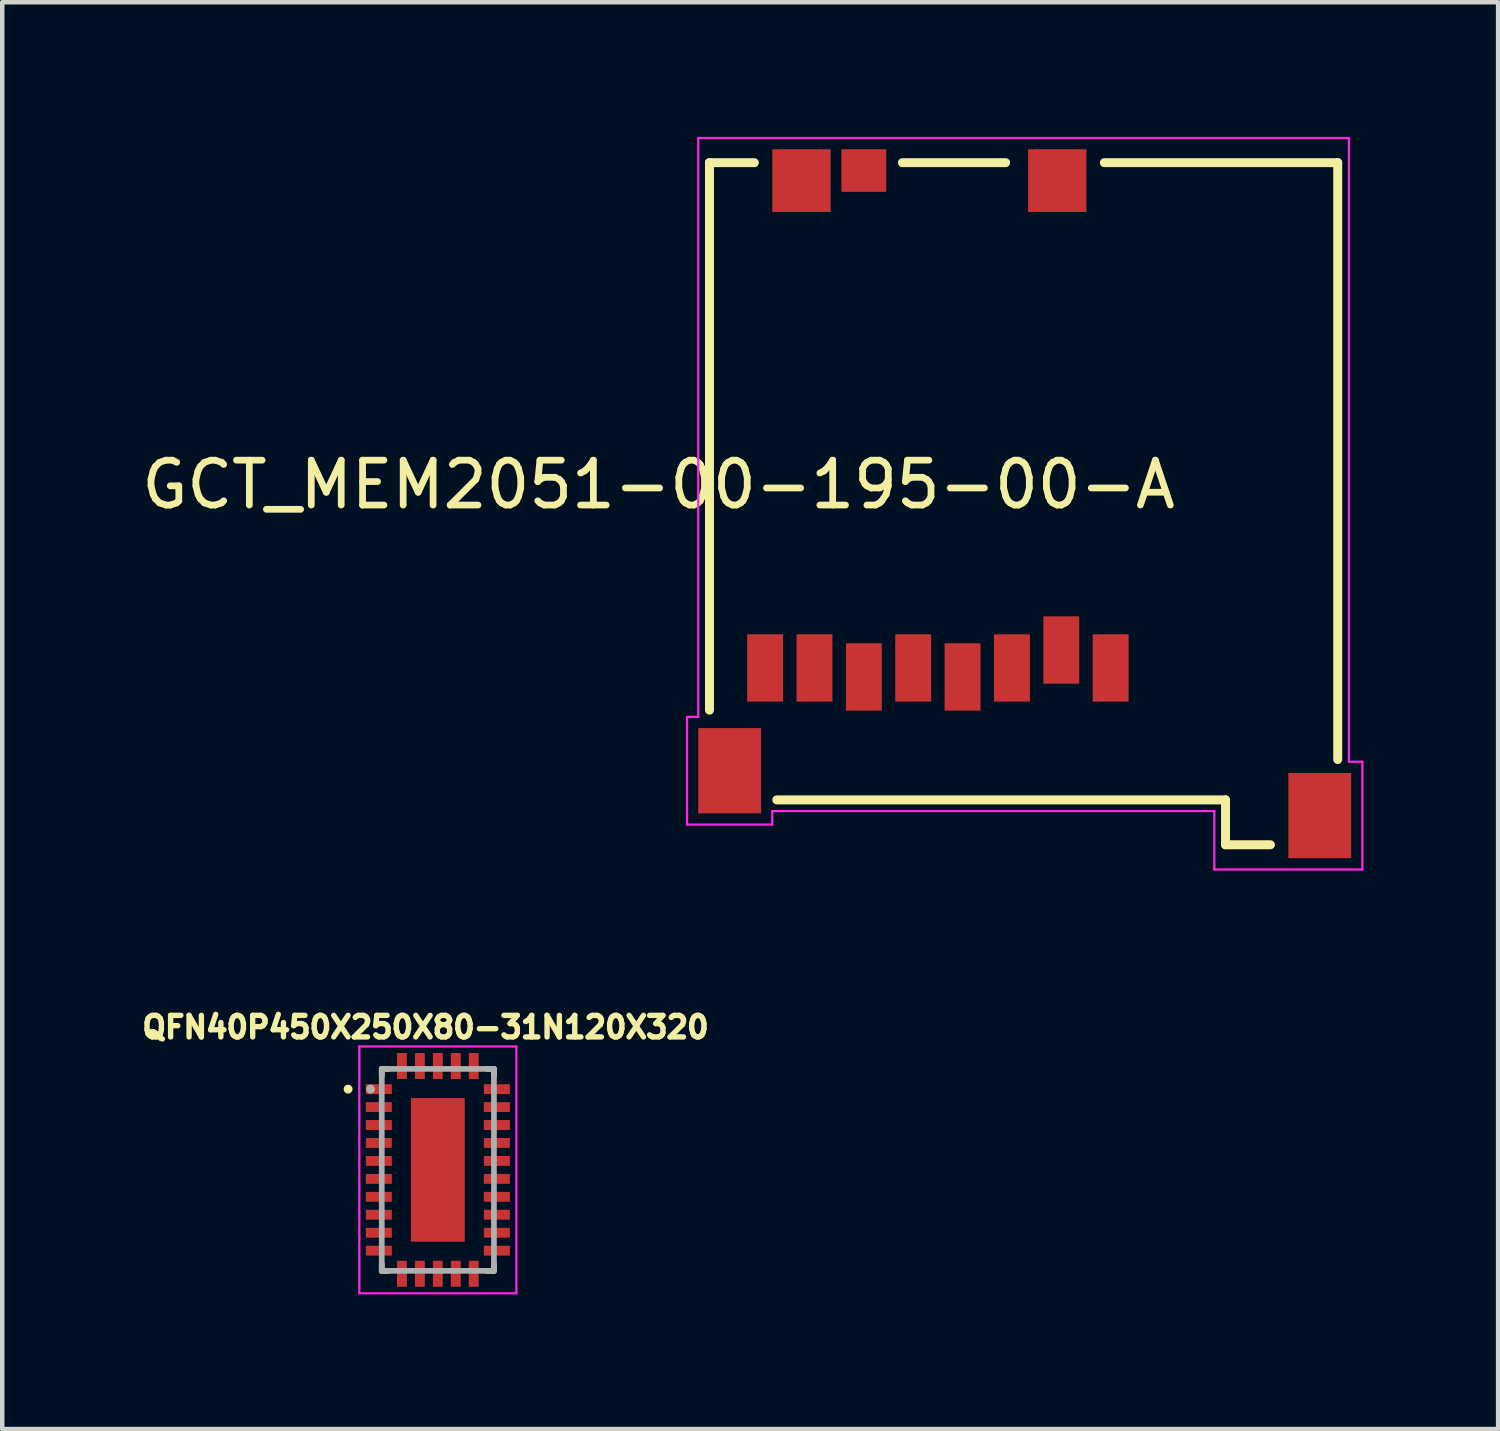
<source format=kicad_pcb>
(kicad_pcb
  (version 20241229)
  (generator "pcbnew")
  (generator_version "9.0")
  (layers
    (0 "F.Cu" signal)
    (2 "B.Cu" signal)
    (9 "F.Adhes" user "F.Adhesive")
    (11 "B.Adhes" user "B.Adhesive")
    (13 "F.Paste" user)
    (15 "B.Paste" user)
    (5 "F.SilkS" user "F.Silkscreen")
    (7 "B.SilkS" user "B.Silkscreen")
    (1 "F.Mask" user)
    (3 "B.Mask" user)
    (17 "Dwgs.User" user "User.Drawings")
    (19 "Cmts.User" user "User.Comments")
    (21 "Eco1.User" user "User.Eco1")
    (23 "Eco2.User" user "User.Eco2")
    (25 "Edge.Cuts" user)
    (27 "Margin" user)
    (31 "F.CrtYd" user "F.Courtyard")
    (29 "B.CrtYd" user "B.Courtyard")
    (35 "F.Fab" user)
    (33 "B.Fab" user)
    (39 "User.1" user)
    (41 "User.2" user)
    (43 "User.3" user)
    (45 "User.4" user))
  (footprint "GCT_MEM2051-00-195-00-A"
    (layer "F.Cu")
    (at 19.76 8.175)
    (property "Reference" "GCT_MEM2051-00-195-00-A" (at -8.135 -0.425 180) (layer "F.SilkS") (effects (font (size 1 1) (thickness 0.15))))
    (attr through_hole)
    (fp_line (start -7 -7.6) (end -7 4.6) (stroke (width 0.2) (type solid)) (layer "F.SilkS"))
    (fp_line (start -6 -7.6) (end -7 -7.6) (stroke (width 0.2) (type solid)) (layer "F.SilkS"))
    (fp_line (start -5.5 6.6) (end 4.5 6.6) (stroke (width 0.2) (type solid)) (layer "F.SilkS"))
    (fp_line (start -0.4 -7.6) (end -2.7 -7.6) (stroke (width 0.2) (type solid)) (layer "F.SilkS"))
    (fp_line (start 4.5 6.6) (end 4.5 7.6) (stroke (width 0.2) (type solid)) (layer "F.SilkS"))
    (fp_line (start 4.5 7.6) (end 5.5 7.6) (stroke (width 0.2) (type solid)) (layer "F.SilkS"))
    (fp_line (start 7 -7.6) (end 1.8 -7.6) (stroke (width 0.2) (type solid)) (layer "F.SilkS"))
    (fp_line (start 7 5.7) (end 7 -7.6) (stroke (width 0.2) (type solid)) (layer "F.SilkS"))
    (fp_line (start -7.5 4.75) (end -7.25 4.75) (stroke (width 0.05) (type solid)) (layer "F.CrtYd"))
    (fp_line (start -7.5 7.15) (end -7.5 4.75) (stroke (width 0.05) (type solid)) (layer "F.CrtYd"))
    (fp_line (start -7.25 -8.15) (end 7.25 -8.15) (stroke (width 0.05) (type solid)) (layer "F.CrtYd"))
    (fp_line (start -7.25 4.75) (end -7.25 -8.15) (stroke (width 0.05) (type solid)) (layer "F.CrtYd"))
    (fp_line (start -5.6 6.85) (end -5.6 7.15) (stroke (width 0.05) (type solid)) (layer "F.CrtYd"))
    (fp_line (start -5.6 7.15) (end -7.5 7.15) (stroke (width 0.05) (type solid)) (layer "F.CrtYd"))
    (fp_line (start 4.25 6.85) (end -5.6 6.85) (stroke (width 0.05) (type solid)) (layer "F.CrtYd"))
    (fp_line (start 4.25 8.15) (end 4.25 6.85) (stroke (width 0.05) (type solid)) (layer "F.CrtYd"))
    (fp_line (start 7.25 -8.15) (end 7.25 5.75) (stroke (width 0.05) (type solid)) (layer "F.CrtYd"))
    (fp_line (start 7.25 5.75) (end 7.55 5.75) (stroke (width 0.05) (type solid)) (layer "F.CrtYd"))
    (fp_line (start 7.55 5.75) (end 7.55 8.15) (stroke (width 0.05) (type solid)) (layer "F.CrtYd"))
    (fp_line (start 7.55 8.15) (end 4.25 8.15) (stroke (width 0.05) (type solid)) (layer "F.CrtYd"))
    (pad "1" smd rect (at 1.94 3.66) (size 0.8 1.5) (layers "F.Cu" "F.Mask" "F.Paste"))
    (pad "2" smd rect (at 0.84 3.26) (size 0.8 1.5) (layers "F.Cu" "F.Mask" "F.Paste"))
    (pad "3" smd rect (at -0.26 3.66) (size 0.8 1.5) (layers "F.Cu" "F.Mask" "F.Paste"))
    (pad "4" smd rect (at -1.36 3.86) (size 0.8 1.5) (layers "F.Cu" "F.Mask" "F.Paste"))
    (pad "5" smd rect (at -2.46 3.66) (size 0.8 1.5) (layers "F.Cu" "F.Mask" "F.Paste"))
    (pad "6" smd rect (at -3.56 3.86) (size 0.8 1.5) (layers "F.Cu" "F.Mask" "F.Paste"))
    (pad "7" smd rect (at -4.66 3.66) (size 0.8 1.5) (layers "F.Cu" "F.Mask" "F.Paste"))
    (pad "8" smd rect (at -5.76 3.66) (size 0.8 1.5) (layers "F.Cu" "F.Mask" "F.Paste"))
    (pad "9" smd rect (at -3.56 -7.425) (size 1 0.95) (layers "F.Cu" "F.Mask" "F.Paste"))
    (pad "P1" smd rect (at -4.95 -7.2) (size 1.3 1.4) (layers "F.Cu" "F.Mask" "F.Paste"))
    (pad "P2" smd rect (at 0.75 -7.2) (size 1.3 1.4) (layers "F.Cu" "F.Mask" "F.Paste"))
    (pad "P3" smd rect (at 6.6 6.95) (size 1.4 1.9) (layers "F.Cu" "F.Mask" "F.Paste"))
    (pad "P4" smd rect (at -6.55 5.95) (size 1.4 1.9) (layers "F.Cu" "F.Mask" "F.Paste")))
  (footprint "QFN40P450X250X80-31N120X320"
    (layer "F.Cu")
    (at 6.707 23.02)
    (property "Reference" "QFN40P450X250X80-31N120X320" (at -0.275 -3.179 0) (layer "F.SilkS") (effects (font (size 0.48 0.48) (thickness 0.15))))
    (attr through_hole)
    (fp_line (start -1.25 -2.25) (end -1.25 -2.1) (stroke (width 0.127) (type solid)) (layer "F.SilkS"))
    (fp_line (start -1.25 -2.25) (end -1.1 -2.25) (stroke (width 0.127) (type solid)) (layer "F.SilkS"))
    (fp_line (start -1.25 2.25) (end -1.25 2.1) (stroke (width 0.127) (type solid)) (layer "F.SilkS"))
    (fp_line (start -1.25 2.25) (end -1.1 2.25) (stroke (width 0.127) (type solid)) (layer "F.SilkS"))
    (fp_line (start 1.25 -2.25) (end 1.1 -2.25) (stroke (width 0.127) (type solid)) (layer "F.SilkS"))
    (fp_line (start 1.25 -2.25) (end 1.25 -2.1) (stroke (width 0.127) (type solid)) (layer "F.SilkS"))
    (fp_line (start 1.25 2.25) (end 1.1 2.25) (stroke (width 0.127) (type solid)) (layer "F.SilkS"))
    (fp_line (start 1.25 2.25) (end 1.25 2.1) (stroke (width 0.127) (type solid)) (layer "F.SilkS"))
    (fp_circle (center -2 -1.8) (end -1.95 -1.8) (stroke (width 0.1) (type solid)) (fill no) (layer "F.SilkS"))
    (fp_poly (pts (xy -1.565 -1.9) (xy -1.065 -1.9) (xy -1.065 -1.7) (xy -1.565 -1.7)) (stroke (width 0.0001) (type solid)) (fill yes) (layer "F.Paste"))
    (fp_poly (pts (xy -1.565 -1.5) (xy -1.065 -1.5) (xy -1.065 -1.3) (xy -1.565 -1.3)) (stroke (width 0.0001) (type solid)) (fill yes) (layer "F.Paste"))
    (fp_poly (pts (xy -1.565 -1.1) (xy -1.065 -1.1) (xy -1.065 -0.9) (xy -1.565 -0.9)) (stroke (width 0.0001) (type solid)) (fill yes) (layer "F.Paste"))
    (fp_poly (pts (xy -1.565 -0.7) (xy -1.065 -0.7) (xy -1.065 -0.5) (xy -1.565 -0.5)) (stroke (width 0.0001) (type solid)) (fill yes) (layer "F.Paste"))
    (fp_poly (pts (xy -1.565 -0.3) (xy -1.065 -0.3) (xy -1.065 -0.1) (xy -1.565 -0.1)) (stroke (width 0.0001) (type solid)) (fill yes) (layer "F.Paste"))
    (fp_poly (pts (xy -1.565 0.1) (xy -1.065 0.1) (xy -1.065 0.3) (xy -1.565 0.3)) (stroke (width 0.0001) (type solid)) (fill yes) (layer "F.Paste"))
    (fp_poly (pts (xy -1.565 0.5) (xy -1.065 0.5) (xy -1.065 0.7) (xy -1.565 0.7)) (stroke (width 0.0001) (type solid)) (fill yes) (layer "F.Paste"))
    (fp_poly (pts (xy -1.565 0.9) (xy -1.065 0.9) (xy -1.065 1.1) (xy -1.565 1.1)) (stroke (width 0.0001) (type solid)) (fill yes) (layer "F.Paste"))
    (fp_poly (pts (xy -1.565 1.3) (xy -1.065 1.3) (xy -1.065 1.5) (xy -1.565 1.5)) (stroke (width 0.0001) (type solid)) (fill yes) (layer "F.Paste"))
    (fp_poly (pts (xy -1.565 1.7) (xy -1.065 1.7) (xy -1.065 1.9) (xy -1.565 1.9)) (stroke (width 0.0001) (type solid)) (fill yes) (layer "F.Paste"))
    (fp_poly (pts (xy -0.9 -2.565) (xy -0.7 -2.565) (xy -0.7 -2.065) (xy -0.9 -2.065)) (stroke (width 0.0001) (type solid)) (fill yes) (layer "F.Paste"))
    (fp_poly (pts (xy -0.9 2.565) (xy -0.7 2.565) (xy -0.7 2.065) (xy -0.9 2.065)) (stroke (width 0.0001) (type solid)) (fill yes) (layer "F.Paste"))
    (fp_poly (pts (xy -0.565 -1.495) (xy 0.565 -1.495) (xy 0.565 -0.105) (xy -0.565 -0.105)) (stroke (width 0.0001) (type solid)) (fill yes) (layer "F.Paste"))
    (fp_poly (pts (xy -0.565 0.105) (xy 0.565 0.105) (xy 0.565 1.495) (xy -0.565 1.495)) (stroke (width 0.0001) (type solid)) (fill yes) (layer "F.Paste"))
    (fp_poly (pts (xy -0.5 -2.565) (xy -0.3 -2.565) (xy -0.3 -2.065) (xy -0.5 -2.065)) (stroke (width 0.0001) (type solid)) (fill yes) (layer "F.Paste"))
    (fp_poly (pts (xy -0.5 2.565) (xy -0.3 2.565) (xy -0.3 2.065) (xy -0.5 2.065)) (stroke (width 0.0001) (type solid)) (fill yes) (layer "F.Paste"))
    (fp_poly (pts (xy -0.1 -2.565) (xy 0.1 -2.565) (xy 0.1 -2.065) (xy -0.1 -2.065)) (stroke (width 0.0001) (type solid)) (fill yes) (layer "F.Paste"))
    (fp_poly (pts (xy -0.1 2.565) (xy 0.1 2.565) (xy 0.1 2.065) (xy -0.1 2.065)) (stroke (width 0.0001) (type solid)) (fill yes) (layer "F.Paste"))
    (fp_poly (pts (xy 0.3 -2.565) (xy 0.5 -2.565) (xy 0.5 -2.065) (xy 0.3 -2.065)) (stroke (width 0.0001) (type solid)) (fill yes) (layer "F.Paste"))
    (fp_poly (pts (xy 0.3 2.565) (xy 0.5 2.565) (xy 0.5 2.065) (xy 0.3 2.065)) (stroke (width 0.0001) (type solid)) (fill yes) (layer "F.Paste"))
    (fp_poly (pts (xy 0.7 -2.565) (xy 0.9 -2.565) (xy 0.9 -2.065) (xy 0.7 -2.065)) (stroke (width 0.0001) (type solid)) (fill yes) (layer "F.Paste"))
    (fp_poly (pts (xy 0.7 2.565) (xy 0.9 2.565) (xy 0.9 2.065) (xy 0.7 2.065)) (stroke (width 0.0001) (type solid)) (fill yes) (layer "F.Paste"))
    (fp_poly (pts (xy 1.065 -1.9) (xy 1.565 -1.9) (xy 1.565 -1.7) (xy 1.065 -1.7)) (stroke (width 0.0001) (type solid)) (fill yes) (layer "F.Paste"))
    (fp_poly (pts (xy 1.065 -1.5) (xy 1.565 -1.5) (xy 1.565 -1.3) (xy 1.065 -1.3)) (stroke (width 0.0001) (type solid)) (fill yes) (layer "F.Paste"))
    (fp_poly (pts (xy 1.065 -1.1) (xy 1.565 -1.1) (xy 1.565 -0.9) (xy 1.065 -0.9)) (stroke (width 0.0001) (type solid)) (fill yes) (layer "F.Paste"))
    (fp_poly (pts (xy 1.065 -0.7) (xy 1.565 -0.7) (xy 1.565 -0.5) (xy 1.065 -0.5)) (stroke (width 0.0001) (type solid)) (fill yes) (layer "F.Paste"))
    (fp_poly (pts (xy 1.065 -0.3) (xy 1.565 -0.3) (xy 1.565 -0.1) (xy 1.065 -0.1)) (stroke (width 0.0001) (type solid)) (fill yes) (layer "F.Paste"))
    (fp_poly (pts (xy 1.065 0.1) (xy 1.565 0.1) (xy 1.565 0.3) (xy 1.065 0.3)) (stroke (width 0.0001) (type solid)) (fill yes) (layer "F.Paste"))
    (fp_poly (pts (xy 1.065 0.5) (xy 1.565 0.5) (xy 1.565 0.7) (xy 1.065 0.7)) (stroke (width 0.0001) (type solid)) (fill yes) (layer "F.Paste"))
    (fp_poly (pts (xy 1.065 0.9) (xy 1.565 0.9) (xy 1.565 1.1) (xy 1.065 1.1)) (stroke (width 0.0001) (type solid)) (fill yes) (layer "F.Paste"))
    (fp_poly (pts (xy 1.065 1.3) (xy 1.565 1.3) (xy 1.565 1.5) (xy 1.065 1.5)) (stroke (width 0.0001) (type solid)) (fill yes) (layer "F.Paste"))
    (fp_poly (pts (xy 1.065 1.7) (xy 1.565 1.7) (xy 1.565 1.9) (xy 1.065 1.9)) (stroke (width 0.0001) (type solid)) (fill yes) (layer "F.Paste"))
    (fp_line (start -1.75 -2.75) (end 1.75 -2.75) (stroke (width 0.05) (type solid)) (layer "F.CrtYd"))
    (fp_line (start -1.75 2.75) (end -1.75 -2.75) (stroke (width 0.05) (type solid)) (layer "F.CrtYd"))
    (fp_line (start -1.75 2.75) (end 1.75 2.75) (stroke (width 0.05) (type solid)) (layer "F.CrtYd"))
    (fp_line (start 1.75 2.75) (end 1.75 -2.75) (stroke (width 0.05) (type solid)) (layer "F.CrtYd"))
    (fp_line (start -1.25 2.25) (end -1.25 -2.25) (stroke (width 0.127) (type solid)) (layer "F.Fab"))
    (fp_line (start 1.25 -2.25) (end -1.25 -2.25) (stroke (width 0.127) (type solid)) (layer "F.Fab"))
    (fp_line (start 1.25 2.25) (end -1.25 2.25) (stroke (width 0.127) (type solid)) (layer "F.Fab"))
    (fp_line (start 1.25 2.25) (end 1.25 -2.25) (stroke (width 0.127) (type solid)) (layer "F.Fab"))
    (fp_circle (center -1.5 -1.8) (end -1.45 -1.8) (stroke (width 0.1) (type solid)) (fill no) (layer "F.Fab"))
    (pad "1" smd roundrect (at -1.315 -1.8) (size 0.58 0.22) (layers "F.Cu" "F.Mask") (roundrect_rratio 0.01))
    (pad "2" smd roundrect (at -1.315 -1.4) (size 0.58 0.22) (layers "F.Cu" "F.Mask") (roundrect_rratio 0.01))
    (pad "3" smd roundrect (at -1.315 -1) (size 0.58 0.22) (layers "F.Cu" "F.Mask") (roundrect_rratio 0.01))
    (pad "4" smd roundrect (at -1.315 -0.6) (size 0.58 0.22) (layers "F.Cu" "F.Mask") (roundrect_rratio 0.01))
    (pad "5" smd roundrect (at -1.315 -0.2) (size 0.58 0.22) (layers "F.Cu" "F.Mask") (roundrect_rratio 0.01))
    (pad "6" smd roundrect (at -1.315 0.2) (size 0.58 0.22) (layers "F.Cu" "F.Mask") (roundrect_rratio 0.01))
    (pad "7" smd roundrect (at -1.315 0.6) (size 0.58 0.22) (layers "F.Cu" "F.Mask") (roundrect_rratio 0.01))
    (pad "8" smd roundrect (at -1.315 1) (size 0.58 0.22) (layers "F.Cu" "F.Mask") (roundrect_rratio 0.01))
    (pad "9" smd roundrect (at -1.315 1.4) (size 0.58 0.22) (layers "F.Cu" "F.Mask") (roundrect_rratio 0.01))
    (pad "10" smd roundrect (at -1.315 1.8) (size 0.58 0.22) (layers "F.Cu" "F.Mask") (roundrect_rratio 0.01))
    (pad "11" smd roundrect (at -0.8 2.315) (size 0.22 0.58) (layers "F.Cu" "F.Mask") (roundrect_rratio 0.01))
    (pad "12" smd roundrect (at -0.4 2.315) (size 0.22 0.58) (layers "F.Cu" "F.Mask") (roundrect_rratio 0.01))
    (pad "13" smd roundrect (at 0 2.315) (size 0.22 0.58) (layers "F.Cu" "F.Mask") (roundrect_rratio 0.01))
    (pad "14" smd roundrect (at 0.4 2.315) (size 0.22 0.58) (layers "F.Cu" "F.Mask") (roundrect_rratio 0.01))
    (pad "15" smd roundrect (at 0.8 2.315) (size 0.22 0.58) (layers "F.Cu" "F.Mask") (roundrect_rratio 0.01))
    (pad "16" smd roundrect (at 1.315 1.8) (size 0.58 0.22) (layers "F.Cu" "F.Mask") (roundrect_rratio 0.01))
    (pad "17" smd roundrect (at 1.315 1.4) (size 0.58 0.22) (layers "F.Cu" "F.Mask") (roundrect_rratio 0.01))
    (pad "18" smd roundrect (at 1.315 1) (size 0.58 0.22) (layers "F.Cu" "F.Mask") (roundrect_rratio 0.01))
    (pad "19" smd roundrect (at 1.315 0.6) (size 0.58 0.22) (layers "F.Cu" "F.Mask") (roundrect_rratio 0.01))
    (pad "20" smd roundrect (at 1.315 0.2) (size 0.58 0.22) (layers "F.Cu" "F.Mask") (roundrect_rratio 0.01))
    (pad "21" smd roundrect (at 1.315 -0.2) (size 0.58 0.22) (layers "F.Cu" "F.Mask") (roundrect_rratio 0.01))
    (pad "22" smd roundrect (at 1.315 -0.6) (size 0.58 0.22) (layers "F.Cu" "F.Mask") (roundrect_rratio 0.01))
    (pad "23" smd roundrect (at 1.315 -1) (size 0.58 0.22) (layers "F.Cu" "F.Mask") (roundrect_rratio 0.01))
    (pad "24" smd roundrect (at 1.315 -1.4) (size 0.58 0.22) (layers "F.Cu" "F.Mask") (roundrect_rratio 0.01))
    (pad "25" smd roundrect (at 1.315 -1.8) (size 0.58 0.22) (layers "F.Cu" "F.Mask") (roundrect_rratio 0.01))
    (pad "26" smd roundrect (at 0.8 -2.315) (size 0.22 0.58) (layers "F.Cu" "F.Mask") (roundrect_rratio 0.01))
    (pad "27" smd roundrect (at 0.4 -2.315) (size 0.22 0.58) (layers "F.Cu" "F.Mask") (roundrect_rratio 0.01))
    (pad "28" smd roundrect (at 0 -2.315) (size 0.22 0.58) (layers "F.Cu" "F.Mask") (roundrect_rratio 0.01))
    (pad "29" smd roundrect (at -0.4 -2.315) (size 0.22 0.58) (layers "F.Cu" "F.Mask") (roundrect_rratio 0.01))
    (pad "30" smd roundrect (at -0.8 -2.315) (size 0.22 0.58) (layers "F.Cu" "F.Mask") (roundrect_rratio 0.01))
    (pad "31" smd rect (at 0 0) (size 1.2 3.2) (layers "F.Cu" "F.Mask")))
  (gr_rect
    (start -3 -3)
    (end 30.335 28.795)
    (stroke (width 0.1) (type default))
    (fill no)
    (layer "Edge.Cuts")))
</source>
